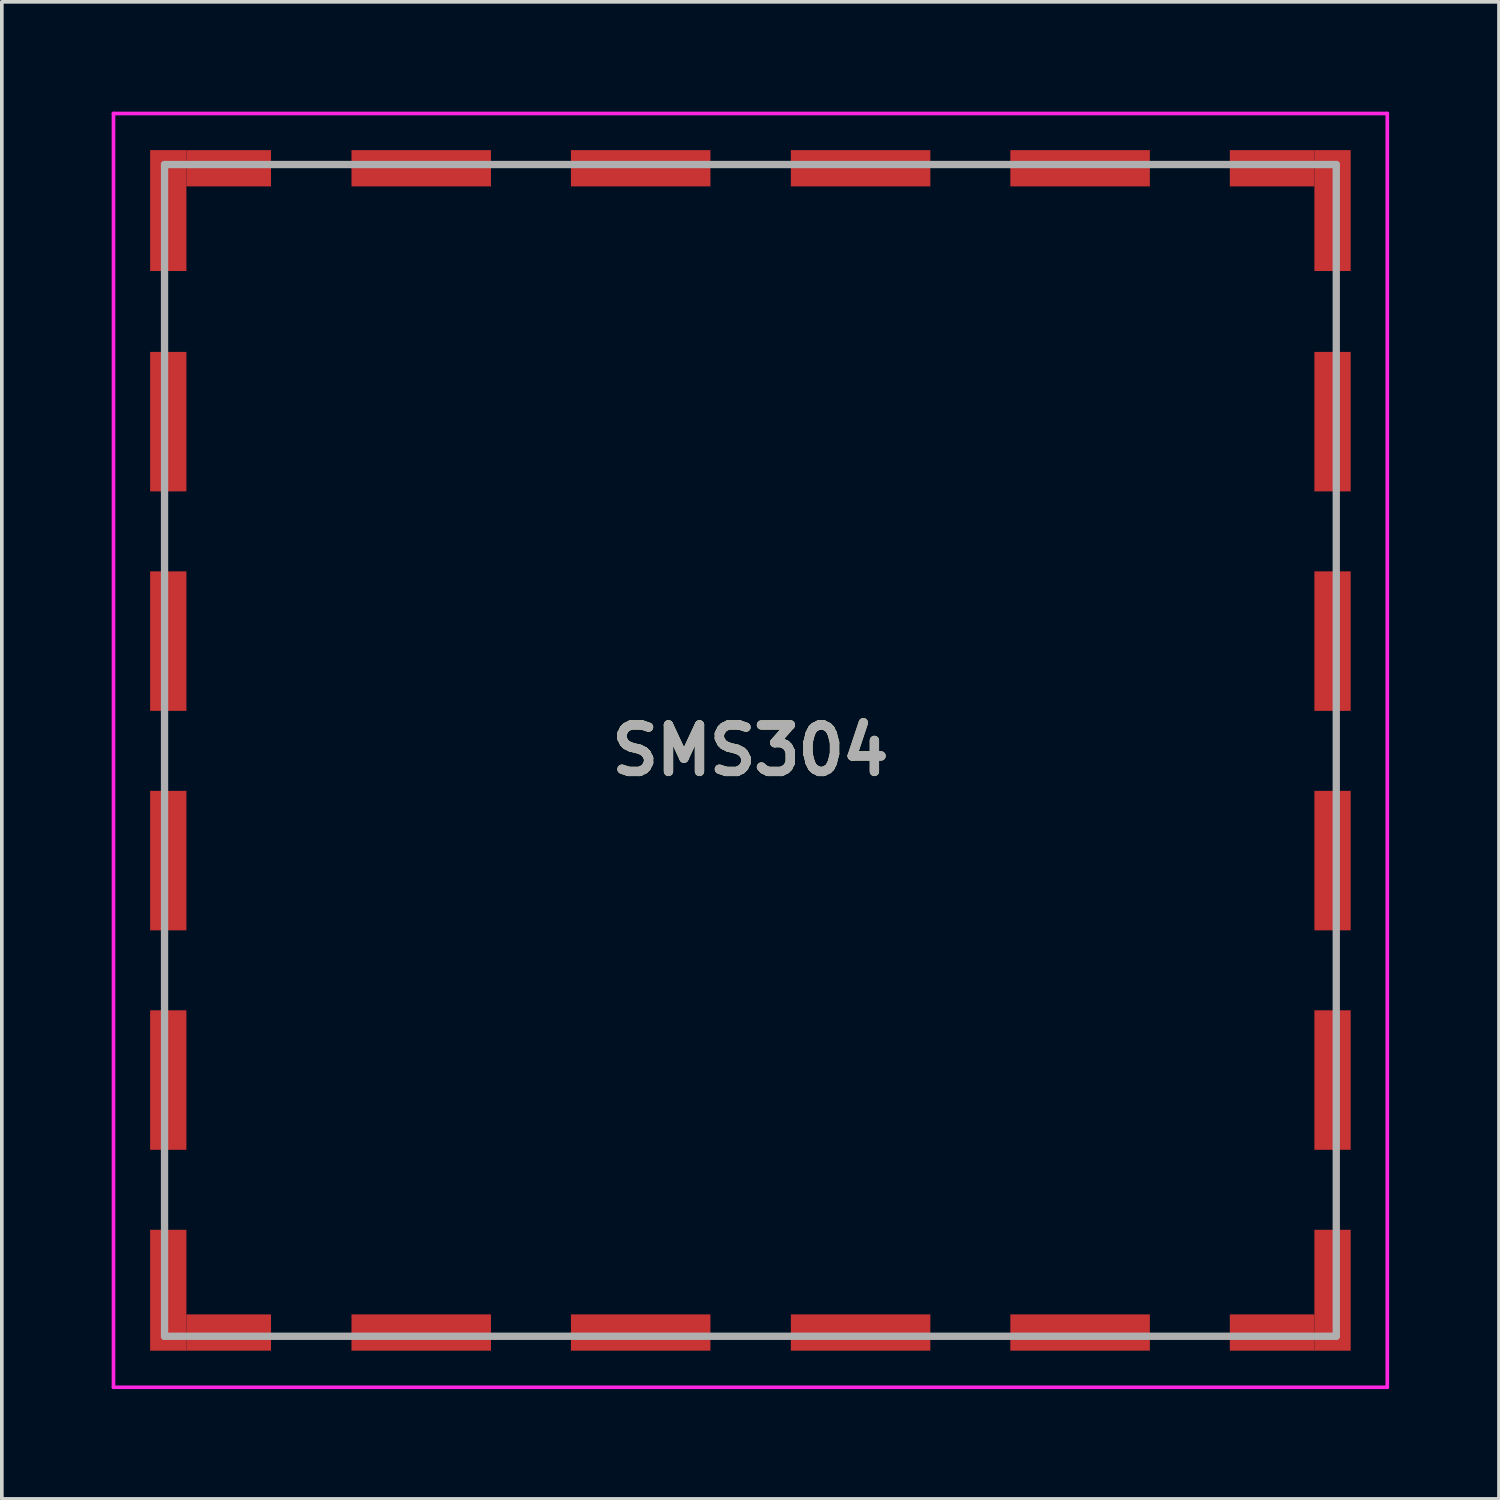
<source format=kicad_pcb>
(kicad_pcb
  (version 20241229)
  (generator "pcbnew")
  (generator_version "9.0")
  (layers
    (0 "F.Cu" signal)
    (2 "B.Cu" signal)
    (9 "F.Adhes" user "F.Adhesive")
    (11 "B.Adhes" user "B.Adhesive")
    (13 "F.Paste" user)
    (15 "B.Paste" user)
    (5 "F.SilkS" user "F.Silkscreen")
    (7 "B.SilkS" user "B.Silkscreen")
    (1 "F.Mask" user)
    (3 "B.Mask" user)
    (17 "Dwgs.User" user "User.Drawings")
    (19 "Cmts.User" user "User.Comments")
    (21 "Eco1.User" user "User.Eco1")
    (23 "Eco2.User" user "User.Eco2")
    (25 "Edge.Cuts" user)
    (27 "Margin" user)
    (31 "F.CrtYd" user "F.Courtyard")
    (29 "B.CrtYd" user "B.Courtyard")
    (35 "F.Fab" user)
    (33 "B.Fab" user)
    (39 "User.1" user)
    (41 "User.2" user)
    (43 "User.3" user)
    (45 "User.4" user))
  (footprint "SMS304"
    (layer "F.Cu")
    (at 17.446 17.446)
    (property "Reference" "SMS304" (at 0 0 0) (layer "F.SilkS") (effects (font (size 1.27 1.27) (thickness 0.254))))
    (attr smd)
    (fp_line (start -16.002 -12.5) (end -16.002 -11.5) (stroke (width 0.1) (type solid)) (layer "F.SilkS"))
    (fp_line (start -16.002 -6.5) (end -16 -5.5) (stroke (width 0.1) (type solid)) (layer "F.SilkS"))
    (fp_line (start -16 -0.5) (end -16.002 0.5) (stroke (width 0.1) (type solid)) (layer "F.SilkS"))
    (fp_line (start -16 5.5) (end -16 6.5) (stroke (width 0.1) (type solid)) (layer "F.SilkS"))
    (fp_line (start -16 11.5) (end -16 12.5) (stroke (width 0.1) (type solid)) (layer "F.SilkS"))
    (fp_line (start -12.5 16.002) (end -11.5 16.002) (stroke (width 0.1) (type solid)) (layer "F.SilkS"))
    (fp_line (start -11.5 -16.002) (end -12.5 -16.002) (stroke (width 0.1) (type solid)) (layer "F.SilkS"))
    (fp_line (start -6.5 16.002) (end -5.5 16.002) (stroke (width 0.1) (type solid)) (layer "F.SilkS"))
    (fp_line (start -5.5 -16) (end -6.5 -16) (stroke (width 0.1) (type solid)) (layer "F.SilkS"))
    (fp_line (start -0.5 16.002) (end 0.5 16.002) (stroke (width 0.1) (type solid)) (layer "F.SilkS"))
    (fp_line (start 0.5 -16.002) (end -0.5 -16.002) (stroke (width 0.1) (type solid)) (layer "F.SilkS"))
    (fp_line (start 5.5 16) (end 6.5 16.002) (stroke (width 0.1) (type solid)) (layer "F.SilkS"))
    (fp_line (start 6.5 -16.002) (end 5.5 -16.002) (stroke (width 0.1) (type solid)) (layer "F.SilkS"))
    (fp_line (start 11.5 16.002) (end 12.5 16) (stroke (width 0.1) (type solid)) (layer "F.SilkS"))
    (fp_line (start 12.5 -16) (end 11.5 -16) (stroke (width 0.1) (type solid)) (layer "F.SilkS"))
    (fp_line (start 16 -11.5) (end 16.002 -12.5) (stroke (width 0.1) (type solid)) (layer "F.SilkS"))
    (fp_line (start 16 6.5) (end 16.002 5.5) (stroke (width 0.1) (type solid)) (layer "F.SilkS"))
    (fp_line (start 16.002 -5.5) (end 16.002 -6.5) (stroke (width 0.1) (type solid)) (layer "F.SilkS"))
    (fp_line (start 16.002 0.5) (end 16.002 -0.5) (stroke (width 0.1) (type solid)) (layer "F.SilkS"))
    (fp_line (start 16.002 12.5) (end 16.002 11.5) (stroke (width 0.1) (type solid)) (layer "F.SilkS"))
    (fp_line (start -17.396 -17.396) (end 17.396 -17.396) (stroke (width 0.1) (type solid)) (layer "F.CrtYd"))
    (fp_line (start -17.396 17.395) (end -17.396 -17.396) (stroke (width 0.1) (type solid)) (layer "F.CrtYd"))
    (fp_line (start 17.396 -17.396) (end 17.396 17.395) (stroke (width 0.1) (type solid)) (layer "F.CrtYd"))
    (fp_line (start 17.396 17.395) (end -17.396 17.395) (stroke (width 0.1) (type solid)) (layer "F.CrtYd"))
    (fp_line (start -16.002 -16.002) (end 16.002 -16.002) (stroke (width 0.2) (type solid)) (layer "F.Fab"))
    (fp_line (start -16.002 16.002) (end -16.002 -16.002) (stroke (width 0.2) (type solid)) (layer "F.Fab"))
    (fp_line (start 16.002 -16.002) (end 16.002 16.002) (stroke (width 0.2) (type solid)) (layer "F.Fab"))
    (fp_line (start 16.002 16.002) (end -16.002 16.002) (stroke (width 0.2) (type solid)) (layer "F.Fab"))
    (fp_text user "${REFERENCE}" (at 0 0 0) (layer "F.Fab") (effects (font (size 1.27 1.27) (thickness 0.254))))
    (pad "1" smd rect (at -15.9 -14.745) (size 0.991 3.302) (layers "F.Cu" "F.Mask" "F.Paste"))
    (pad "2" smd rect (at -15.9 -8.979) (size 0.991 3.81) (layers "F.Cu" "F.Mask" "F.Paste"))
    (pad "3" smd rect (at -15.9 -2.985) (size 0.991 3.81) (layers "F.Cu" "F.Mask" "F.Paste"))
    (pad "4" smd rect (at -15.9 3.01) (size 0.991 3.81) (layers "F.Cu" "F.Mask" "F.Paste"))
    (pad "5" smd rect (at -15.9 9.004) (size 0.991 3.81) (layers "F.Cu" "F.Mask" "F.Paste"))
    (pad "6" smd rect (at -15.9 14.745) (size 0.991 3.302) (layers "F.Cu" "F.Mask" "F.Paste"))
    (pad "7" smd rect (at -14.25 15.9 90) (size 0.991 2.311) (layers "F.Cu" "F.Mask" "F.Paste"))
    (pad "8" smd rect (at -8.991 15.9 90) (size 0.991 3.81) (layers "F.Cu" "F.Mask" "F.Paste"))
    (pad "9" smd rect (at -2.997 15.9 90) (size 0.991 3.81) (layers "F.Cu" "F.Mask" "F.Paste"))
    (pad "10" smd rect (at 3.01 15.9 90) (size 0.991 3.81) (layers "F.Cu" "F.Mask" "F.Paste"))
    (pad "11" smd rect (at 9.005 15.9 90) (size 0.991 3.81) (layers "F.Cu" "F.Mask" "F.Paste"))
    (pad "12" smd rect (at 14.25 15.9 90) (size 0.991 2.311) (layers "F.Cu" "F.Mask" "F.Paste"))
    (pad "13" smd rect (at 15.9 14.745) (size 0.991 3.302) (layers "F.Cu" "F.Mask" "F.Paste"))
    (pad "14" smd rect (at 15.9 9.004) (size 0.991 3.81) (layers "F.Cu" "F.Mask" "F.Paste"))
    (pad "15" smd rect (at 15.9 3.01) (size 0.991 3.81) (layers "F.Cu" "F.Mask" "F.Paste"))
    (pad "16" smd rect (at 15.9 -2.985) (size 0.991 3.81) (layers "F.Cu" "F.Mask" "F.Paste"))
    (pad "17" smd rect (at 15.9 -8.979) (size 0.991 3.81) (layers "F.Cu" "F.Mask" "F.Paste"))
    (pad "18" smd rect (at 15.9 -14.745) (size 0.991 3.302) (layers "F.Cu" "F.Mask" "F.Paste"))
    (pad "19" smd rect (at 14.25 -15.9 90) (size 0.991 2.311) (layers "F.Cu" "F.Mask" "F.Paste"))
    (pad "20" smd rect (at 9.005 -15.9 90) (size 0.991 3.81) (layers "F.Cu" "F.Mask" "F.Paste"))
    (pad "21" smd rect (at 3.01 -15.9 90) (size 0.991 3.81) (layers "F.Cu" "F.Mask" "F.Paste"))
    (pad "22" smd rect (at -2.997 -15.9 90) (size 0.991 3.81) (layers "F.Cu" "F.Mask" "F.Paste"))
    (pad "23" smd rect (at -8.991 -15.9 90) (size 0.991 3.81) (layers "F.Cu" "F.Mask" "F.Paste"))
    (pad "24" smd rect (at -14.25 -15.9 90) (size 0.991 2.311) (layers "F.Cu" "F.Mask" "F.Paste")))
  (gr_rect
    (start -3 -3)
    (end 37.892 37.891)
    (stroke (width 0.1) (type default))
    (fill no)
    (layer "Edge.Cuts")))
</source>
